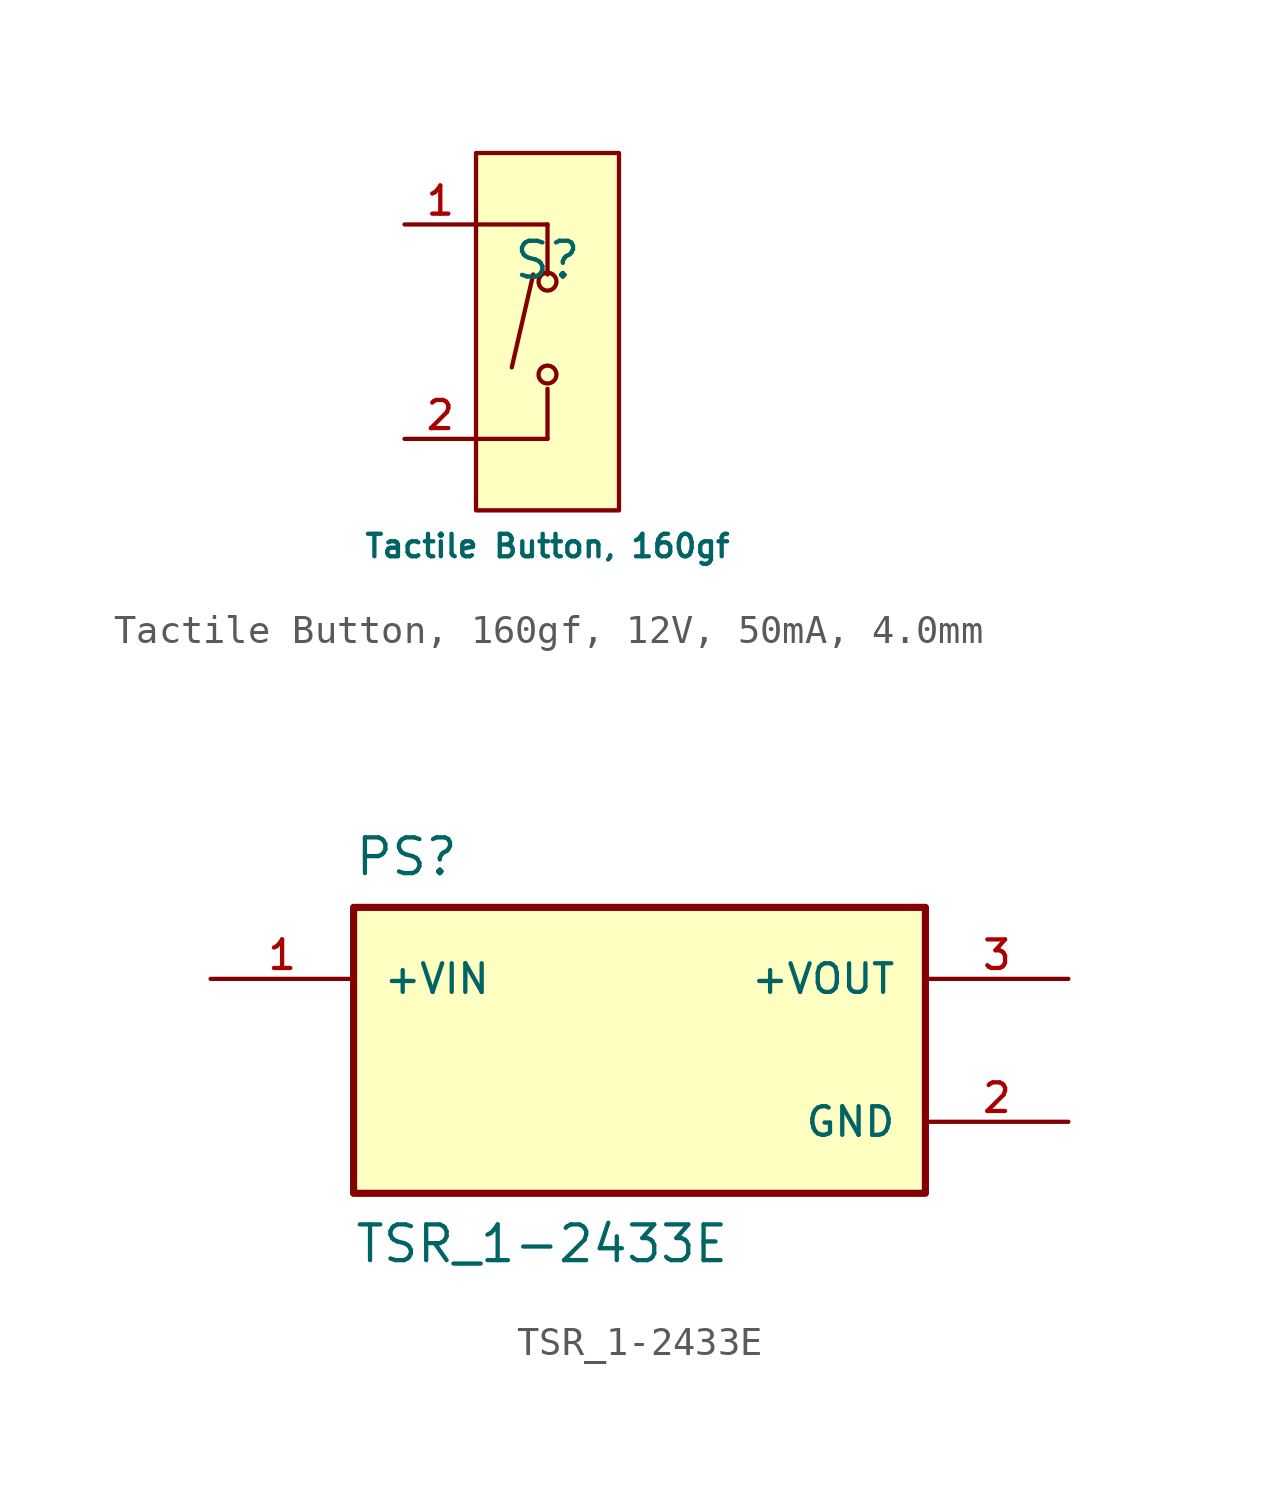
<source format=kicad_sym>
(kicad_symbol_lib
  (version 20241209)
  (generator "kicad_symbol_editor")
  (generator_version "9.0")
  (symbol "Tactile Button, 160gf, 12V, 50mA, 4.0mm"
    (pin_names
      (hide yes))
    (property "Reference" "S"
      (at 0 1.27 0)
      (effects (font (size 1.27 1.27))))
    (property "Value" "Tactile Button, 160gf"
      (at 0 -8.89 0)
      (effects (font (size 0.8 0.8))))
    (symbol "Tactile Button, 160gf, 12V, 50mA, 4.0mm_0_1"
      (polyline (pts (xy -2.54 2.54) (xy 0 2.54)) (stroke (width 0) (type default)) (fill (type none)))
      (polyline (pts (xy -2.54 -5.08) (xy 0 -5.08)) (stroke (width 0) (type default)) (fill (type none)))
      (polyline (pts (xy -0.508 0.762) (xy -1.27 -2.54)) (stroke (width 0) (type default)) (fill (type none)))
      (polyline (pts (xy 0 0.762) (xy 0 2.54)) (stroke (width 0) (type default)) (fill (type none)))
      (circle (center 0 0.508) (radius 0.318) (stroke (width 0) (type default)) (fill (type background)))
      (circle (center 0 -2.794) (radius 0.318) (stroke (width 0) (type default)) (fill (type background)))
      (polyline (pts (xy 0 -3.302) (xy 0 -5.08)) (stroke (width 0) (type default)) (fill (type none))))
    (symbol "Tactile Button, 160gf, 12V, 50mA, 4.0mm_1_1"
      (rectangle (start -2.54 5.08) (end 2.54 -7.62) (stroke (width 0) (type default)) (fill (type background)))
      (pin passive line (at -5.08 2.54 0) (length 2.54) (name "A" (effects (font (size 1 1)))) (number "1" (effects (font (size 1 1)))))
      (pin passive line (at -5.08 -5.08 0) (length 2.54) (name "B" (effects (font (size 1 1)))) (number "2" (effects (font (size 1 1)))))))
  (symbol "TSR_1-2433E"
    (pin_names
      (offset 1.016))
    (property "Reference" "PS"
      (at -10.16 7.62 0)
      (effects (font (size 1.27 1.27)) (justify left top)))
    (property "Value" "TSR_1-2433E"
      (at -10.16 -7.62 0)
      (effects (font (size 1.27 1.27)) (justify left bottom)))
    (symbol "TSR_1-2433E_0_0"
      (rectangle (start -10.16 -5.08) (end 10.16 5.08) (stroke (width 0.254) (type default)) (fill (type background)))
      (pin input line (at -15.24 2.54 0) (length 5.08) (name "+VIN" (effects (font (size 1.016 1.016)))) (number "1" (effects (font (size 1.016 1.016)))))
      (pin power_in line (at 15.24 -2.54 180) (length 5.08) (name "GND" (effects (font (size 1.016 1.016)))) (number "2" (effects (font (size 1.016 1.016))))))
    (symbol "TSR_1-2433E_1_0"
      (pin power_out line (at 15.24 2.54 180) (length 5.08) (name "+VOUT" (effects (font (size 1.016 1.016)))) (number "3" (effects (font (size 1.016 1.016))))))))
</source>
